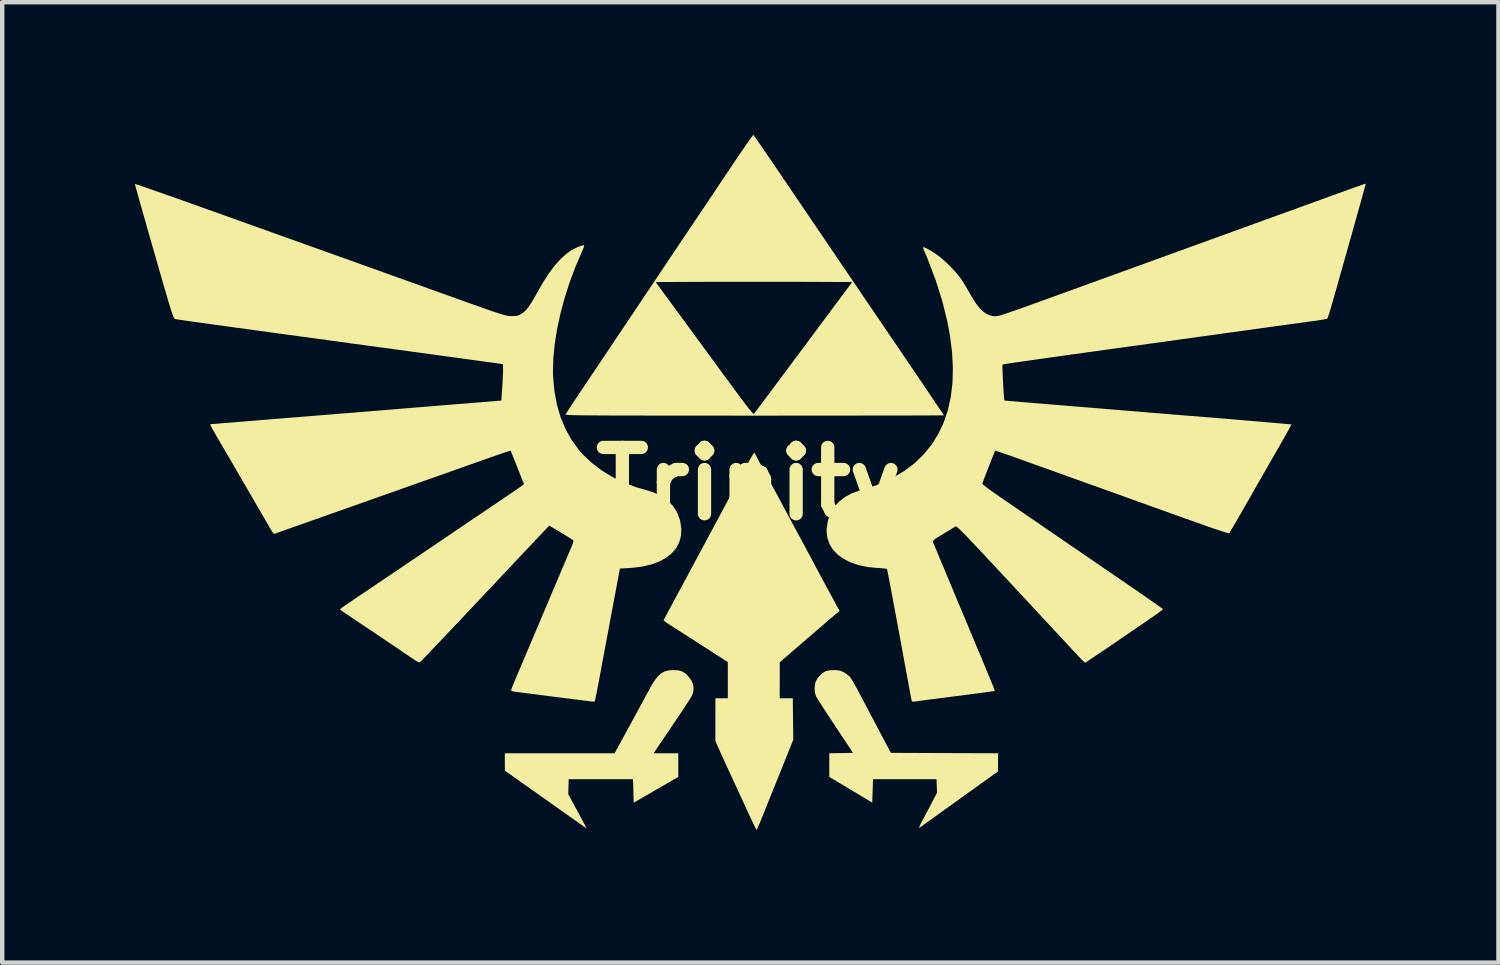
<source format=kicad_pcb>
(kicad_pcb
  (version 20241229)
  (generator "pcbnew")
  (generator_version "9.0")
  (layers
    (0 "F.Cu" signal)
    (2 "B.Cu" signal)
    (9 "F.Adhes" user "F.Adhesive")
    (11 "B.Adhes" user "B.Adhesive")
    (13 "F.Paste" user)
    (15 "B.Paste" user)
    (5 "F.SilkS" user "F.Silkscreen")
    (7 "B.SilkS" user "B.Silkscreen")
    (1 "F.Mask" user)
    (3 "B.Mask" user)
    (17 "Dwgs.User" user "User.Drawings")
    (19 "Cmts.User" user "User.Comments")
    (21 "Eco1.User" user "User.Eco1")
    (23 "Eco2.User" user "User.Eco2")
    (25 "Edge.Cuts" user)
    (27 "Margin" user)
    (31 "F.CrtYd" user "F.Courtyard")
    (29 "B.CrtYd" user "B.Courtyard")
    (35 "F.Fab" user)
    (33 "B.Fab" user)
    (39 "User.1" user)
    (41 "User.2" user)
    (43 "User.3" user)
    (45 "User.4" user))
  (footprint "Trinity"
    (layer "F.Cu")
    (at 13.876 7.886)
    (property "Reference" "Trinity" (at 0 0 0) (layer "F.SilkS") (effects (font (size 1.5 1.5) (thickness 0.3))))
    (attr board_only exclude_from_pos_files exclude_from_bom)
    (fp_poly (pts (xy -1.602 4.217) (xy -1.521 4.236) (xy -1.453 4.272) (xy -1.387 4.33) (xy -1.369 4.35) (xy -1.297 4.443) (xy -1.257 4.535) (xy -1.247 4.63) (xy -1.256 4.703) (xy -1.261 4.723) (xy -1.266 4.742) (xy -1.274 4.763) (xy -1.285 4.788) (xy -1.302 4.819) (xy -1.325 4.859) (xy -1.356 4.91) (xy -1.398 4.973) (xy -1.45 5.053) (xy -1.514 5.15) (xy -1.593 5.267) (xy -1.687 5.406) (xy -1.797 5.57) (xy -1.917 5.746) (xy -2.151 6.092) (xy -1.872 6.092) (xy -1.593 6.092) (xy -1.593 6.36) (xy -1.593 6.627) (xy -1.781 6.736) (xy -1.858 6.78) (xy -1.956 6.837) (xy -2.067 6.901) (xy -2.181 6.967) (xy -2.284 7.027) (xy -2.6 7.21) (xy -2.608 6.944) (xy -2.617 6.678) (xy -3.343 6.678) (xy -4.07 6.678) (xy -4.075 6.847) (xy -4.08 7.017) (xy -3.871 7.403) (xy -3.814 7.509) (xy -3.764 7.603) (xy -3.722 7.682) (xy -3.69 7.743) (xy -3.671 7.78) (xy -3.667 7.79) (xy -3.682 7.78) (xy -3.722 7.752) (xy -3.783 7.709) (xy -3.863 7.653) (xy -3.957 7.587) (xy -4.063 7.512) (xy -4.116 7.474) (xy -4.252 7.378) (xy -4.407 7.268) (xy -4.572 7.151) (xy -4.739 7.033) (xy -4.898 6.92) (xy -5.037 6.822) (xy -5.513 6.486) (xy -5.514 6.289) (xy -5.514 6.092) (xy -4.273 6.092) (xy -3.032 6.092) (xy -2.786 5.641) (xy -2.697 5.478) (xy -2.623 5.341) (xy -2.561 5.228) (xy -2.509 5.132) (xy -2.465 5.051) (xy -2.427 4.98) (xy -2.392 4.916) (xy -2.359 4.854) (xy -2.324 4.789) (xy -2.286 4.719) (xy -2.262 4.674) (xy -2.183 4.534) (xy -2.111 4.423) (xy -2.042 4.34) (xy -1.972 4.28) (xy -1.897 4.241) (xy -1.814 4.219) (xy -1.719 4.212) (xy -1.707 4.212)) (stroke (width 0) (type solid)) (fill yes) (layer "F.SilkS"))
    (fp_poly (pts (xy 2.012 4.216) (xy 2.071 4.227) (xy 2.128 4.251) (xy 2.152 4.263) (xy 2.213 4.303) (xy 2.269 4.348) (xy 2.294 4.374) (xy 2.317 4.408) (xy 2.353 4.467) (xy 2.398 4.546) (xy 2.45 4.639) (xy 2.504 4.741) (xy 2.519 4.769) (xy 2.574 4.874) (xy 2.642 5.003) (xy 2.718 5.147) (xy 2.797 5.298) (xy 2.877 5.448) (xy 2.951 5.589) (xy 2.953 5.593) (xy 3.213 6.083) (xy 4.425 6.088) (xy 5.637 6.092) (xy 5.636 6.298) (xy 5.635 6.503) (xy 5.264 6.769) (xy 5.155 6.848) (xy 5.024 6.941) (xy 4.879 7.045) (xy 4.728 7.154) (xy 4.577 7.263) (xy 4.433 7.366) (xy 4.385 7.4) (xy 4.267 7.485) (xy 4.157 7.564) (xy 4.059 7.634) (xy 3.976 7.693) (xy 3.912 7.739) (xy 3.869 7.769) (xy 3.853 7.78) (xy 3.85 7.772) (xy 3.863 7.739) (xy 3.887 7.687) (xy 3.916 7.631) (xy 3.958 7.552) (xy 4.01 7.455) (xy 4.066 7.349) (xy 4.12 7.246) (xy 4.13 7.225) (xy 4.256 6.985) (xy 4.251 6.832) (xy 4.245 6.678) (xy 3.527 6.678) (xy 2.81 6.678) (xy 2.801 6.943) (xy 2.792 7.208) (xy 2.599 7.092) (xy 2.518 7.043) (xy 2.417 6.983) (xy 2.305 6.916) (xy 2.191 6.848) (xy 2.113 6.801) (xy 1.821 6.627) (xy 1.821 6.36) (xy 1.821 6.093) (xy 2.089 6.088) (xy 2.357 6.083) (xy 1.956 5.479) (xy 1.868 5.346) (xy 1.786 5.22) (xy 1.71 5.105) (xy 1.644 5.002) (xy 1.59 4.918) (xy 1.55 4.853) (xy 1.526 4.813) (xy 1.522 4.805) (xy 1.497 4.724) (xy 1.489 4.627) (xy 1.497 4.532) (xy 1.515 4.468) (xy 1.553 4.402) (xy 1.609 4.335) (xy 1.674 4.277) (xy 1.736 4.239) (xy 1.75 4.233) (xy 1.8 4.222) (xy 1.869 4.215) (xy 1.935 4.212)) (stroke (width 0) (type solid)) (fill yes) (layer "F.SilkS"))
    (fp_poly (pts (xy 0.138 -0.686) (xy 0.162 -0.641) (xy 0.195 -0.579) (xy 0.228 -0.516) (xy 0.268 -0.44) (xy 0.306 -0.37) (xy 0.336 -0.315) (xy 0.35 -0.289) (xy 0.371 -0.252) (xy 0.403 -0.193) (xy 0.441 -0.12) (xy 0.473 -0.061) (xy 0.513 0.015) (xy 0.551 0.085) (xy 0.581 0.14) (xy 0.595 0.166) (xy 0.614 0.199) (xy 0.645 0.256) (xy 0.686 0.332) (xy 0.733 0.419) (xy 0.77 0.49) (xy 0.854 0.647) (xy 0.924 0.778) (xy 0.983 0.889) (xy 1.036 0.986) (xy 1.084 1.074) (xy 1.085 1.077) (xy 1.101 1.105) (xy 1.118 1.136) (xy 1.137 1.171) (xy 1.16 1.214) (xy 1.19 1.269) (xy 1.227 1.339) (xy 1.275 1.428) (xy 1.333 1.538) (xy 1.406 1.673) (xy 1.471 1.794) (xy 1.53 1.906) (xy 1.588 2.014) (xy 1.641 2.112) (xy 1.686 2.195) (xy 1.719 2.256) (xy 1.729 2.276) (xy 1.768 2.348) (xy 1.809 2.423) (xy 1.838 2.477) (xy 1.868 2.532) (xy 1.908 2.606) (xy 1.951 2.685) (xy 1.969 2.719) (xy 2.053 2.874) (xy 2.007 2.912) (xy 1.985 2.931) (xy 1.939 2.97) (xy 1.872 3.027) (xy 1.787 3.1) (xy 1.687 3.186) (xy 1.574 3.283) (xy 1.452 3.388) (xy 1.331 3.492) (xy 0.701 4.035) (xy 0.701 4.442) (xy 0.7 4.849) (xy 0.848 4.849) (xy 0.996 4.849) (xy 1.001 5.317) (xy 1.007 5.785) (xy 0.677 6.608) (xy 0.585 6.836) (xy 0.506 7.033) (xy 0.438 7.202) (xy 0.38 7.345) (xy 0.332 7.465) (xy 0.292 7.562) (xy 0.261 7.641) (xy 0.236 7.702) (xy 0.216 7.747) (xy 0.202 7.78) (xy 0.192 7.802) (xy 0.186 7.815) (xy 0.181 7.822) (xy 0.178 7.824) (xy 0.177 7.825) (xy 0.167 7.81) (xy 0.145 7.767) (xy 0.112 7.7) (xy 0.071 7.614) (xy 0.023 7.513) (xy -0.025 7.409) (xy -0.081 7.288) (xy -0.135 7.169) (xy -0.186 7.059) (xy -0.23 6.964) (xy -0.264 6.89) (xy -0.281 6.853) (xy -0.378 6.643) (xy -0.462 6.461) (xy -0.533 6.308) (xy -0.591 6.179) (xy -0.639 6.074) (xy -0.677 5.989) (xy -0.706 5.923) (xy -0.728 5.874) (xy -0.742 5.839) (xy -0.75 5.816) (xy -0.753 5.803) (xy -0.753 5.803) (xy -0.754 5.777) (xy -0.755 5.72) (xy -0.755 5.639) (xy -0.755 5.538) (xy -0.755 5.422) (xy -0.755 5.308) (xy -0.753 4.849) (xy -0.613 4.849) (xy -0.473 4.849) (xy -0.473 4.44) (xy -0.473 4.031) (xy -1.072 3.646) (xy -1.208 3.558) (xy -1.34 3.474) (xy -1.463 3.395) (xy -1.573 3.324) (xy -1.668 3.264) (xy -1.742 3.216) (xy -1.791 3.185) (xy -1.799 3.18) (xy -1.856 3.142) (xy -1.9 3.112) (xy -1.923 3.094) (xy -1.926 3.091) (xy -1.917 3.073) (xy -1.895 3.028) (xy -1.859 2.96) (xy -1.812 2.871) (xy -1.755 2.766) (xy -1.692 2.648) (xy -1.637 2.547) (xy -1.616 2.508) (xy -1.581 2.442) (xy -1.533 2.354) (xy -1.476 2.247) (xy -1.41 2.125) (xy -1.34 1.993) (xy -1.265 1.855) (xy -1.252 1.829) (xy -1.177 1.691) (xy -1.107 1.559) (xy -1.041 1.437) (xy -0.984 1.33) (xy -0.936 1.241) (xy -0.9 1.174) (xy -0.878 1.134) (xy -0.875 1.129) (xy -0.853 1.088) (xy -0.818 1.023) (xy -0.772 0.937) (xy -0.719 0.838) (xy -0.661 0.731) (xy -0.631 0.674) (xy -0.57 0.561) (xy -0.511 0.451) (xy -0.456 0.348) (xy -0.409 0.261) (xy -0.373 0.196) (xy -0.362 0.175) (xy -0.334 0.122) (xy -0.292 0.044) (xy -0.24 -0.053) (xy -0.182 -0.161) (xy -0.12 -0.275) (xy -0.086 -0.339) (xy -0.03 -0.443) (xy 0.021 -0.535) (xy 0.065 -0.611) (xy 0.099 -0.667) (xy 0.12 -0.7) (xy 0.127 -0.706)) (stroke (width 0) (type solid)) (fill yes) (layer "F.SilkS"))
    (fp_poly (pts (xy 0.117 -7.87) (xy 0.147 -7.828) (xy 0.193 -7.763) (xy 0.253 -7.678) (xy 0.323 -7.575) (xy 0.404 -7.457) (xy 0.492 -7.328) (xy 0.574 -7.208) (xy 0.677 -7.056) (xy 0.782 -6.901) (xy 0.886 -6.748) (xy 0.986 -6.601) (xy 1.077 -6.466) (xy 1.158 -6.347) (xy 1.224 -6.25) (xy 1.248 -6.214) (xy 1.323 -6.104) (xy 1.401 -5.989) (xy 1.477 -5.877) (xy 1.545 -5.777) (xy 1.6 -5.696) (xy 1.605 -5.689) (xy 1.647 -5.626) (xy 1.707 -5.538) (xy 1.782 -5.427) (xy 1.87 -5.298) (xy 1.968 -5.154) (xy 2.074 -4.997) (xy 2.186 -4.833) (xy 2.301 -4.664) (xy 2.417 -4.493) (xy 2.531 -4.324) (xy 2.642 -4.16) (xy 2.747 -4.006) (xy 2.844 -3.864) (xy 2.93 -3.737) (xy 3.003 -3.63) (xy 3.06 -3.545) (xy 3.06 -3.545) (xy 3.226 -3.301) (xy 3.386 -3.066) (xy 3.538 -2.842) (xy 3.681 -2.631) (xy 3.815 -2.434) (xy 3.938 -2.252) (xy 4.049 -2.088) (xy 4.147 -1.942) (xy 4.232 -1.817) (xy 4.301 -1.713) (xy 4.355 -1.634) (xy 4.391 -1.579) (xy 4.409 -1.551) (xy 4.411 -1.547) (xy 4.394 -1.547) (xy 4.343 -1.546) (xy 4.26 -1.545) (xy 4.147 -1.545) (xy 4.005 -1.544) (xy 3.835 -1.544) (xy 3.639 -1.543) (xy 3.419 -1.543) (xy 3.175 -1.542) (xy 2.911 -1.542) (xy 2.626 -1.542) (xy 2.322 -1.541) (xy 2.002 -1.541) (xy 1.666 -1.541) (xy 1.316 -1.541) (xy 0.953 -1.541) (xy 0.579 -1.54) (xy 0.196 -1.54) (xy 0.129 -1.54) (xy -0.332 -1.54) (xy -0.76 -1.541) (xy -1.155 -1.541) (xy -1.519 -1.541) (xy -1.853 -1.541) (xy -2.158 -1.541) (xy -2.435 -1.542) (xy -2.686 -1.542) (xy -2.912 -1.543) (xy -3.115 -1.543) (xy -3.294 -1.544) (xy -3.453 -1.545) (xy -3.591 -1.546) (xy -3.71 -1.547) (xy -3.812 -1.548) (xy -3.898 -1.55) (xy -3.968 -1.551) (xy -4.025 -1.553) (xy -4.068 -1.555) (xy -4.101 -1.557) (xy -4.123 -1.559) (xy -4.137 -1.562) (xy -4.142 -1.565) (xy -4.143 -1.566) (xy -4.131 -1.586) (xy -4.102 -1.631) (xy -4.057 -1.699) (xy -3.999 -1.788) (xy -3.929 -1.894) (xy -3.849 -2.014) (xy -3.761 -2.145) (xy -3.671 -2.28) (xy -3.59 -2.401) (xy -3.491 -2.548) (xy -3.378 -2.716) (xy -3.253 -2.903) (xy -3.118 -3.104) (xy -2.976 -3.317) (xy -2.829 -3.536) (xy -2.68 -3.759) (xy -2.53 -3.983) (xy -2.383 -4.202) (xy -2.302 -4.324) (xy -2.166 -4.527) (xy -2.144 -4.56) (xy -2.104 -4.56) (xy -1.661 -3.955) (xy -1.565 -3.825) (xy -1.452 -3.671) (xy -1.327 -3.5) (xy -1.191 -3.315) (xy -1.05 -3.122) (xy -0.907 -2.927) (xy -0.765 -2.734) (xy -0.629 -2.548) (xy -0.561 -2.454) (xy -0.421 -2.265) (xy -0.301 -2.102) (xy -0.199 -1.964) (xy -0.114 -1.851) (xy -0.044 -1.759) (xy 0.011 -1.688) (xy 0.054 -1.637) (xy 0.084 -1.602) (xy 0.104 -1.584) (xy 0.115 -1.579) (xy 0.116 -1.58) (xy 0.13 -1.598) (xy 0.163 -1.641) (xy 0.213 -1.707) (xy 0.278 -1.794) (xy 0.356 -1.898) (xy 0.445 -2.017) (xy 0.543 -2.149) (xy 0.649 -2.291) (xy 0.729 -2.398) (xy 0.845 -2.554) (xy 0.96 -2.708) (xy 1.07 -2.856) (xy 1.174 -2.996) (xy 1.27 -3.124) (xy 1.353 -3.236) (xy 1.422 -3.329) (xy 1.474 -3.398) (xy 1.491 -3.422) (xy 1.546 -3.495) (xy 1.617 -3.591) (xy 1.7 -3.702) (xy 1.791 -3.824) (xy 1.885 -3.951) (xy 1.978 -4.076) (xy 2 -4.105) (xy 2.339 -4.56) (xy 1.231 -4.565) (xy 0.991 -4.565) (xy 0.725 -4.566) (xy 0.441 -4.566) (xy 0.147 -4.566) (xy -0.147 -4.566) (xy -0.434 -4.566) (xy -0.705 -4.566) (xy -0.95 -4.565) (xy -0.991 -4.565) (xy -2.104 -4.56) (xy -2.144 -4.56) (xy -2.032 -4.727) (xy -1.903 -4.92) (xy -1.779 -5.105) (xy -1.662 -5.279) (xy -1.555 -5.439) (xy -1.459 -5.583) (xy -1.375 -5.708) (xy -1.305 -5.812) (xy -1.252 -5.891) (xy -1.217 -5.943) (xy -1.173 -6.008) (xy -1.112 -6.098) (xy -1.037 -6.21) (xy -0.95 -6.339) (xy -0.854 -6.483) (xy -0.751 -6.637) (xy -0.643 -6.798) (xy -0.534 -6.962) (xy -0.475 -7.051) (xy -0.372 -7.204) (xy -0.274 -7.349) (xy -0.184 -7.481) (xy -0.103 -7.6) (xy -0.033 -7.701) (xy 0.025 -7.783) (xy 0.068 -7.842) (xy 0.095 -7.878) (xy 0.104 -7.886)) (stroke (width 0) (type solid)) (fill yes) (layer "F.SilkS"))
    (fp_poly (pts (xy -13.86 -6.773) (xy -13.812 -6.758) (xy -13.737 -6.732) (xy -13.634 -6.697) (xy -13.508 -6.654) (xy -13.36 -6.602) (xy -13.193 -6.543) (xy -13.007 -6.478) (xy -12.807 -6.407) (xy -12.594 -6.331) (xy -12.37 -6.251) (xy -12.236 -6.203) (xy -11.982 -6.112) (xy -11.721 -6.019) (xy -11.457 -5.924) (xy -11.193 -5.83) (xy -10.933 -5.737) (xy -10.683 -5.647) (xy -10.445 -5.562) (xy -10.225 -5.484) (xy -10.026 -5.412) (xy -9.852 -5.35) (xy -9.724 -5.305) (xy -9.577 -5.252) (xy -9.401 -5.189) (xy -9.2 -5.117) (xy -8.978 -5.038) (xy -8.74 -4.952) (xy -8.488 -4.862) (xy -8.228 -4.769) (xy -7.962 -4.673) (xy -7.696 -4.578) (xy -7.433 -4.484) (xy -7.178 -4.392) (xy -7.177 -4.392) (xy -6.906 -4.294) (xy -6.665 -4.208) (xy -6.454 -4.132) (xy -6.269 -4.066) (xy -6.109 -4.01) (xy -5.971 -3.961) (xy -5.855 -3.92) (xy -5.757 -3.887) (xy -5.675 -3.86) (xy -5.608 -3.838) (xy -5.553 -3.822) (xy -5.509 -3.81) (xy -5.473 -3.801) (xy -5.444 -3.796) (xy -5.418 -3.793) (xy -5.395 -3.791) (xy -5.372 -3.791) (xy -5.364 -3.791) (xy -5.289 -3.792) (xy -5.237 -3.797) (xy -5.195 -3.811) (xy -5.15 -3.835) (xy -5.137 -3.843) (xy -5.085 -3.88) (xy -5.035 -3.927) (xy -4.984 -3.988) (xy -4.93 -4.067) (xy -4.868 -4.169) (xy -4.795 -4.298) (xy -4.786 -4.315) (xy -4.649 -4.554) (xy -4.515 -4.761) (xy -4.384 -4.936) (xy -4.253 -5.081) (xy -4.122 -5.199) (xy -4.027 -5.267) (xy -3.964 -5.304) (xy -3.895 -5.338) (xy -3.828 -5.366) (xy -3.771 -5.385) (xy -3.732 -5.392) (xy -3.719 -5.388) (xy -3.722 -5.369) (xy -3.737 -5.326) (xy -3.761 -5.268) (xy -3.773 -5.241) (xy -3.92 -4.898) (xy -4.051 -4.548) (xy -4.164 -4.195) (xy -4.257 -3.844) (xy -4.332 -3.499) (xy -4.385 -3.165) (xy -4.417 -2.846) (xy -4.426 -2.546) (xy -4.423 -2.433) (xy -4.394 -2.102) (xy -4.337 -1.792) (xy -4.253 -1.503) (xy -4.141 -1.235) (xy -4.002 -0.987) (xy -3.834 -0.759) (xy -3.745 -0.659) (xy -3.55 -0.474) (xy -3.328 -0.304) (xy -3.083 -0.154) (xy -2.823 -0.026) (xy -2.55 0.076) (xy -2.359 0.131) (xy -2.154 0.195) (xy -1.977 0.279) (xy -1.829 0.383) (xy -1.709 0.506) (xy -1.619 0.65) (xy -1.557 0.812) (xy -1.549 0.844) (xy -1.524 1.015) (xy -1.531 1.173) (xy -1.57 1.319) (xy -1.638 1.451) (xy -1.736 1.568) (xy -1.862 1.669) (xy -2.015 1.754) (xy -2.195 1.822) (xy -2.4 1.871) (xy -2.629 1.9) (xy -2.703 1.905) (xy -2.912 1.917) (xy -3.075 2.783) (xy -3.112 2.982) (xy -3.152 3.194) (xy -3.192 3.412) (xy -3.233 3.629) (xy -3.272 3.837) (xy -3.308 4.03) (xy -3.339 4.199) (xy -3.354 4.28) (xy -3.381 4.424) (xy -3.406 4.557) (xy -3.429 4.675) (xy -3.449 4.774) (xy -3.465 4.85) (xy -3.476 4.9) (xy -3.482 4.919) (xy -3.482 4.92) (xy -3.505 4.924) (xy -3.545 4.923) (xy -3.575 4.919) (xy -3.635 4.911) (xy -3.722 4.901) (xy -3.831 4.887) (xy -3.957 4.871) (xy -4.097 4.853) (xy -4.245 4.834) (xy -4.399 4.815) (xy -4.554 4.795) (xy -4.705 4.776) (xy -4.848 4.757) (xy -4.979 4.741) (xy -5.093 4.726) (xy -5.187 4.714) (xy -5.256 4.705) (xy -5.296 4.7) (xy -5.3 4.699) (xy -5.345 4.689) (xy -5.371 4.675) (xy -5.374 4.669) (xy -5.367 4.648) (xy -5.349 4.6) (xy -5.32 4.529) (xy -5.284 4.439) (xy -5.241 4.337) (xy -5.21 4.264) (xy -5.174 4.18) (xy -5.127 4.069) (xy -5.069 3.933) (xy -5.003 3.776) (xy -4.929 3.603) (xy -4.85 3.416) (xy -4.767 3.22) (xy -4.682 3.019) (xy -4.596 2.816) (xy -4.56 2.731) (xy -4.478 2.537) (xy -4.399 2.349) (xy -4.323 2.171) (xy -4.253 2.005) (xy -4.189 1.854) (xy -4.132 1.721) (xy -4.085 1.61) (xy -4.048 1.523) (xy -4.022 1.463) (xy -4.012 1.439) (xy -3.982 1.363) (xy -3.966 1.309) (xy -3.965 1.28) (xy -3.966 1.278) (xy -3.986 1.264) (xy -4.031 1.236) (xy -4.095 1.195) (xy -4.174 1.147) (xy -4.245 1.104) (xy -4.508 0.946) (xy -4.563 1.002) (xy -4.582 1.022) (xy -4.624 1.066) (xy -4.686 1.132) (xy -4.768 1.219) (xy -4.867 1.324) (xy -4.983 1.446) (xy -5.113 1.584) (xy -5.256 1.736) (xy -5.41 1.9) (xy -5.575 2.074) (xy -5.747 2.258) (xy -5.927 2.448) (xy -6.012 2.538) (xy -6.193 2.731) (xy -6.368 2.916) (xy -6.535 3.093) (xy -6.692 3.259) (xy -6.838 3.414) (xy -6.972 3.555) (xy -7.092 3.681) (xy -7.196 3.791) (xy -7.283 3.882) (xy -7.351 3.953) (xy -7.399 4.003) (xy -7.426 4.03) (xy -7.43 4.034) (xy -7.452 4.037) (xy -7.49 4.022) (xy -7.547 3.988) (xy -7.583 3.963) (xy -7.621 3.937) (xy -7.683 3.895) (xy -7.768 3.838) (xy -7.87 3.768) (xy -7.987 3.689) (xy -8.115 3.603) (xy -8.25 3.512) (xy -8.388 3.419) (xy -8.526 3.326) (xy -8.661 3.236) (xy -8.788 3.151) (xy -8.903 3.073) (xy -9.004 3.005) (xy -9.086 2.95) (xy -9.147 2.91) (xy -9.177 2.89) (xy -9.216 2.862) (xy -9.24 2.842) (xy -9.242 2.837) (xy -9.228 2.825) (xy -9.188 2.796) (xy -9.125 2.752) (xy -9.043 2.695) (xy -8.944 2.628) (xy -8.831 2.551) (xy -8.709 2.469) (xy -8.686 2.454) (xy -8.477 2.313) (xy -8.276 2.177) (xy -8.078 2.044) (xy -7.879 1.91) (xy -7.672 1.77) (xy -7.451 1.62) (xy -7.211 1.458) (xy -7.02 1.329) (xy -6.701 1.113) (xy -6.384 0.898) (xy -6.076 0.69) (xy -5.784 0.493) (xy -5.531 0.322) (xy -5.429 0.253) (xy -5.334 0.188) (xy -5.252 0.132) (xy -5.187 0.087) (xy -5.142 0.055) (xy -5.126 0.044) (xy -5.081 0.009) (xy -5.23 -0.368) (xy -5.273 -0.475) (xy -5.311 -0.571) (xy -5.343 -0.651) (xy -5.367 -0.71) (xy -5.381 -0.744) (xy -5.384 -0.75) (xy -5.401 -0.745) (xy -5.448 -0.73) (xy -5.521 -0.706) (xy -5.617 -0.673) (xy -5.734 -0.632) (xy -5.867 -0.586) (xy -6.014 -0.534) (xy -6.165 -0.481) (xy -6.624 -0.318) (xy -7.053 -0.166) (xy -7.454 -0.025) (xy -7.828 0.108) (xy -8.178 0.232) (xy -8.507 0.348) (xy -8.817 0.458) (xy -9.109 0.561) (xy -9.386 0.659) (xy -9.651 0.753) (xy -9.777 0.797) (xy -9.949 0.858) (xy -10.112 0.916) (xy -10.261 0.969) (xy -10.396 1.016) (xy -10.511 1.057) (xy -10.605 1.09) (xy -10.673 1.114) (xy -10.714 1.129) (xy -10.724 1.133) (xy -10.742 1.122) (xy -10.77 1.088) (xy -10.802 1.038) (xy -10.829 0.991) (xy -10.869 0.921) (xy -10.92 0.833) (xy -10.977 0.735) (xy -11.037 0.633) (xy -11.043 0.621) (xy -11.112 0.503) (xy -11.189 0.371) (xy -11.265 0.239) (xy -11.336 0.117) (xy -11.383 0.037) (xy -11.446 -0.072) (xy -11.514 -0.189) (xy -11.581 -0.305) (xy -11.64 -0.406) (xy -11.662 -0.445) (xy -11.745 -0.587) (xy -11.827 -0.726) (xy -11.904 -0.859) (xy -11.975 -0.98) (xy -12.037 -1.087) (xy -12.088 -1.176) (xy -12.126 -1.241) (xy -12.144 -1.274) (xy -12.168 -1.32) (xy -12.172 -1.343) (xy -12.163 -1.348) (xy -12.148 -1.349) (xy -12.117 -1.351) (xy -12.067 -1.354) (xy -11.996 -1.36) (xy -11.901 -1.368) (xy -11.779 -1.378) (xy -11.628 -1.39) (xy -11.445 -1.405) (xy -11.405 -1.408) (xy -11.293 -1.418) (xy -11.165 -1.428) (xy -11.018 -1.44) (xy -10.849 -1.454) (xy -10.654 -1.47) (xy -10.43 -1.488) (xy -10.214 -1.505) (xy -10.062 -1.517) (xy -9.917 -1.529) (xy -9.784 -1.54) (xy -9.667 -1.549) (xy -9.571 -1.557) (xy -9.5 -1.563) (xy -9.462 -1.566) (xy -9.402 -1.571) (xy -9.319 -1.578) (xy -9.224 -1.586) (xy -9.129 -1.593) (xy -9.064 -1.598) (xy -8.995 -1.604) (xy -8.92 -1.61) (xy -8.836 -1.617) (xy -8.74 -1.624) (xy -8.629 -1.633) (xy -8.5 -1.644) (xy -8.35 -1.656) (xy -8.176 -1.67) (xy -7.976 -1.687) (xy -7.746 -1.706) (xy -7.527 -1.724) (xy -7.346 -1.738) (xy -7.156 -1.754) (xy -6.964 -1.77) (xy -6.777 -1.785) (xy -6.604 -1.799) (xy -6.45 -1.811) (xy -6.324 -1.821) (xy -6.319 -1.821) (xy -6.187 -1.832) (xy -6.059 -1.842) (xy -5.942 -1.852) (xy -5.842 -1.86) (xy -5.765 -1.866) (xy -5.724 -1.87) (xy -5.593 -1.882) (xy -5.571 -2.206) (xy -5.564 -2.315) (xy -5.559 -2.419) (xy -5.555 -2.51) (xy -5.553 -2.58) (xy -5.554 -2.617) (xy -5.558 -2.704) (xy -5.838 -2.743) (xy -5.914 -2.753) (xy -5.999 -2.765) (xy -6.095 -2.779) (xy -6.204 -2.794) (xy -6.327 -2.811) (xy -6.465 -2.829) (xy -6.619 -2.851) (xy -6.792 -2.874) (xy -6.984 -2.9) (xy -7.197 -2.93) (xy -7.432 -2.962) (xy -7.691 -2.997) (xy -7.975 -3.036) (xy -8.286 -3.078) (xy -8.625 -3.124) (xy -8.993 -3.174) (xy -9.392 -3.229) (xy -9.823 -3.288) (xy -10.162 -3.334) (xy -10.469 -3.376) (xy -10.768 -3.416) (xy -11.056 -3.456) (xy -11.33 -3.494) (xy -11.59 -3.529) (xy -11.834 -3.563) (xy -12.059 -3.594) (xy -12.264 -3.623) (xy -12.446 -3.648) (xy -12.605 -3.67) (xy -12.737 -3.689) (xy -12.841 -3.704) (xy -12.916 -3.715) (xy -12.959 -3.722) (xy -12.97 -3.724) (xy -12.977 -3.728) (xy -12.986 -3.736) (xy -12.995 -3.751) (xy -13.006 -3.775) (xy -13.02 -3.809) (xy -13.036 -3.856) (xy -13.057 -3.918) (xy -13.081 -3.997) (xy -13.111 -4.094) (xy -13.146 -4.212) (xy -13.187 -4.354) (xy -13.236 -4.52) (xy -13.291 -4.713) (xy -13.355 -4.936) (xy -13.428 -5.189) (xy -13.446 -5.252) (xy -13.51 -5.474) (xy -13.571 -5.688) (xy -13.628 -5.889) (xy -13.681 -6.075) (xy -13.729 -6.245) (xy -13.772 -6.396) (xy -13.808 -6.525) (xy -13.837 -6.63) (xy -13.859 -6.709) (xy -13.872 -6.759) (xy -13.876 -6.777) (xy -13.876 -6.777)) (stroke (width 0) (type solid)) (fill yes) (layer "F.SilkS"))
    (fp_poly (pts (xy 13.944 -6.767) (xy 13.931 -6.72) (xy 13.912 -6.646) (xy 13.885 -6.55) (xy 13.854 -6.435) (xy 13.817 -6.304) (xy 13.777 -6.161) (xy 13.767 -6.125) (xy 13.721 -5.961) (xy 13.673 -5.79) (xy 13.625 -5.619) (xy 13.579 -5.457) (xy 13.537 -5.309) (xy 13.502 -5.182) (xy 13.479 -5.103) (xy 13.408 -4.85) (xy 13.346 -4.629) (xy 13.292 -4.437) (xy 13.245 -4.274) (xy 13.206 -4.136) (xy 13.173 -4.022) (xy 13.146 -3.931) (xy 13.124 -3.859) (xy 13.107 -3.805) (xy 13.094 -3.767) (xy 13.085 -3.743) (xy 13.079 -3.731) (xy 13.077 -3.729) (xy 13.055 -3.724) (xy 13.004 -3.715) (xy 12.928 -3.703) (xy 12.832 -3.688) (xy 12.722 -3.673) (xy 12.643 -3.662) (xy 12.536 -3.647) (xy 12.399 -3.628) (xy 12.24 -3.607) (xy 12.065 -3.583) (xy 11.88 -3.557) (xy 11.691 -3.531) (xy 11.503 -3.505) (xy 11.413 -3.492) (xy 11.295 -3.476) (xy 11.145 -3.455) (xy 10.966 -3.43) (xy 10.761 -3.402) (xy 10.533 -3.37) (xy 10.285 -3.336) (xy 10.021 -3.299) (xy 9.742 -3.261) (xy 9.452 -3.22) (xy 9.154 -3.179) (xy 8.851 -3.137) (xy 8.545 -3.095) (xy 8.24 -3.053) (xy 8.175 -3.044) (xy 7.888 -3.004) (xy 7.61 -2.965) (xy 7.344 -2.928) (xy 7.091 -2.893) (xy 6.853 -2.859) (xy 6.633 -2.828) (xy 6.433 -2.8) (xy 6.254 -2.774) (xy 6.098 -2.752) (xy 5.967 -2.733) (xy 5.864 -2.717) (xy 5.79 -2.706) (xy 5.747 -2.699) (xy 5.737 -2.697) (xy 5.735 -2.678) (xy 5.735 -2.63) (xy 5.737 -2.559) (xy 5.741 -2.471) (xy 5.745 -2.372) (xy 5.751 -2.269) (xy 5.756 -2.166) (xy 5.762 -2.071) (xy 5.768 -1.99) (xy 5.773 -1.927) (xy 5.778 -1.89) (xy 5.78 -1.883) (xy 5.798 -1.88) (xy 5.848 -1.876) (xy 5.926 -1.869) (xy 6.029 -1.86) (xy 6.153 -1.849) (xy 6.297 -1.837) (xy 6.455 -1.824) (xy 6.626 -1.81) (xy 6.687 -1.805) (xy 6.894 -1.788) (xy 7.118 -1.77) (xy 7.35 -1.75) (xy 7.583 -1.731) (xy 7.81 -1.713) (xy 8.021 -1.695) (xy 8.21 -1.68) (xy 8.306 -1.672) (xy 8.498 -1.656) (xy 8.712 -1.638) (xy 8.936 -1.62) (xy 9.161 -1.601) (xy 9.378 -1.584) (xy 9.576 -1.567) (xy 9.689 -1.558) (xy 9.997 -1.533) (xy 10.293 -1.509) (xy 10.576 -1.486) (xy 10.843 -1.464) (xy 11.092 -1.443) (xy 11.323 -1.424) (xy 11.533 -1.406) (xy 11.72 -1.39) (xy 11.882 -1.376) (xy 12.019 -1.364) (xy 12.127 -1.354) (xy 12.206 -1.347) (xy 12.253 -1.342) (xy 12.267 -1.34) (xy 12.26 -1.324) (xy 12.238 -1.281) (xy 12.202 -1.216) (xy 12.155 -1.132) (xy 12.099 -1.032) (xy 12.036 -0.922) (xy 12.013 -0.882) (xy 11.949 -0.77) (xy 11.87 -0.633) (xy 11.781 -0.478) (xy 11.685 -0.309) (xy 11.584 -0.132) (xy 11.481 0.047) (xy 11.381 0.222) (xy 11.318 0.333) (xy 11.232 0.482) (xy 11.152 0.623) (xy 11.077 0.752) (xy 11.011 0.866) (xy 10.955 0.963) (xy 10.911 1.038) (xy 10.88 1.089) (xy 10.865 1.114) (xy 10.864 1.115) (xy 10.853 1.116) (xy 10.826 1.112) (xy 10.781 1.1) (xy 10.718 1.081) (xy 10.634 1.053) (xy 10.527 1.017) (xy 10.396 0.972) (xy 10.239 0.917) (xy 10.054 0.851) (xy 9.84 0.775) (xy 9.602 0.69) (xy 9.215 0.551) (xy 8.839 0.416) (xy 8.476 0.285) (xy 8.127 0.16) (xy 7.795 0.041) (xy 7.482 -0.071) (xy 7.188 -0.177) (xy 6.918 -0.274) (xy 6.671 -0.362) (xy 6.45 -0.441) (xy 6.258 -0.51) (xy 6.095 -0.569) (xy 6.015 -0.598) (xy 5.899 -0.639) (xy 5.793 -0.675) (xy 5.704 -0.706) (xy 5.634 -0.729) (xy 5.588 -0.743) (xy 5.571 -0.746) (xy 5.562 -0.727) (xy 5.543 -0.681) (xy 5.516 -0.614) (xy 5.483 -0.532) (xy 5.446 -0.44) (xy 5.409 -0.344) (xy 5.372 -0.249) (xy 5.339 -0.162) (xy 5.311 -0.089) (xy 5.291 -0.034) (xy 5.281 -0.004) (xy 5.281 -0.001) (xy 5.294 0.015) (xy 5.333 0.048) (xy 5.396 0.096) (xy 5.479 0.157) (xy 5.578 0.228) (xy 5.692 0.307) (xy 5.715 0.323) (xy 5.827 0.4) (xy 5.962 0.492) (xy 6.114 0.596) (xy 6.277 0.708) (xy 6.445 0.823) (xy 6.613 0.938) (xy 6.774 1.049) (xy 6.827 1.085) (xy 6.981 1.191) (xy 7.141 1.3) (xy 7.302 1.41) (xy 7.457 1.516) (xy 7.602 1.616) (xy 7.731 1.704) (xy 7.839 1.778) (xy 7.877 1.804) (xy 8.146 1.988) (xy 8.386 2.153) (xy 8.599 2.299) (xy 8.784 2.426) (xy 8.942 2.535) (xy 9.074 2.627) (xy 9.181 2.702) (xy 9.262 2.759) (xy 9.319 2.8) (xy 9.352 2.825) (xy 9.362 2.834) (xy 9.35 2.848) (xy 9.312 2.879) (xy 9.254 2.922) (xy 9.18 2.976) (xy 9.093 3.036) (xy 9.064 3.056) (xy 8.965 3.124) (xy 8.867 3.191) (xy 8.778 3.251) (xy 8.703 3.302) (xy 8.651 3.338) (xy 8.648 3.341) (xy 8.487 3.451) (xy 8.332 3.557) (xy 8.185 3.657) (xy 8.049 3.75) (xy 7.926 3.832) (xy 7.819 3.904) (xy 7.731 3.963) (xy 7.663 4.007) (xy 7.62 4.034) (xy 7.602 4.044) (xy 7.586 4.031) (xy 7.55 3.998) (xy 7.499 3.947) (xy 7.439 3.884) (xy 7.404 3.846) (xy 7.366 3.806) (xy 7.307 3.742) (xy 7.228 3.656) (xy 7.13 3.551) (xy 7.016 3.428) (xy 6.887 3.29) (xy 6.746 3.138) (xy 6.594 2.975) (xy 6.434 2.802) (xy 6.266 2.622) (xy 6.093 2.436) (xy 5.963 2.296) (xy 5.762 2.08) (xy 5.584 1.889) (xy 5.426 1.72) (xy 5.289 1.573) (xy 5.169 1.446) (xy 5.067 1.337) (xy 4.98 1.246) (xy 4.908 1.17) (xy 4.848 1.109) (xy 4.8 1.061) (xy 4.761 1.024) (xy 4.732 0.998) (xy 4.71 0.98) (xy 4.693 0.97) (xy 4.682 0.965) (xy 4.673 0.965) (xy 4.667 0.968) (xy 4.64 0.985) (xy 4.589 1.016) (xy 4.52 1.058) (xy 4.439 1.107) (xy 4.391 1.136) (xy 4.301 1.192) (xy 4.237 1.232) (xy 4.195 1.262) (xy 4.172 1.283) (xy 4.163 1.3) (xy 4.164 1.315) (xy 4.166 1.319) (xy 4.175 1.343) (xy 4.197 1.395) (xy 4.23 1.473) (xy 4.272 1.574) (xy 4.322 1.695) (xy 4.379 1.832) (xy 4.442 1.982) (xy 4.509 2.142) (xy 4.579 2.309) (xy 4.65 2.48) (xy 4.721 2.651) (xy 4.792 2.819) (xy 4.86 2.981) (xy 4.924 3.134) (xy 4.983 3.275) (xy 5.035 3.4) (xy 5.059 3.457) (xy 5.167 3.715) (xy 5.262 3.941) (xy 5.343 4.136) (xy 5.411 4.3) (xy 5.466 4.435) (xy 5.509 4.54) (xy 5.539 4.615) (xy 5.557 4.663) (xy 5.563 4.683) (xy 5.563 4.683) (xy 5.545 4.686) (xy 5.496 4.694) (xy 5.421 4.704) (xy 5.322 4.718) (xy 5.204 4.733) (xy 5.071 4.751) (xy 4.928 4.77) (xy 4.66 4.804) (xy 4.428 4.834) (xy 4.229 4.86) (xy 4.063 4.881) (xy 3.931 4.899) (xy 3.832 4.912) (xy 3.765 4.921) (xy 3.732 4.926) (xy 3.698 4.923) (xy 3.685 4.912) (xy 3.68 4.891) (xy 3.67 4.84) (xy 3.656 4.761) (xy 3.637 4.66) (xy 3.614 4.539) (xy 3.589 4.403) (xy 3.562 4.255) (xy 3.553 4.21) (xy 3.487 3.851) (xy 3.427 3.521) (xy 3.371 3.221) (xy 3.321 2.95) (xy 3.276 2.71) (xy 3.237 2.501) (xy 3.204 2.324) (xy 3.176 2.179) (xy 3.154 2.066) (xy 3.139 1.986) (xy 3.129 1.939) (xy 3.125 1.927) (xy 3.106 1.921) (xy 3.058 1.914) (xy 2.99 1.908) (xy 2.907 1.903) (xy 2.902 1.903) (xy 2.681 1.881) (xy 2.479 1.838) (xy 2.299 1.776) (xy 2.142 1.696) (xy 2.009 1.6) (xy 1.903 1.488) (xy 1.825 1.362) (xy 1.777 1.222) (xy 1.76 1.072) (xy 1.762 1.015) (xy 1.789 0.833) (xy 1.845 0.671) (xy 1.931 0.526) (xy 2.041 0.404) (xy 2.171 0.302) (xy 2.324 0.218) (xy 2.504 0.152) (xy 2.579 0.131) (xy 2.876 0.037) (xy 3.171 -0.091) (xy 3.255 -0.134) (xy 3.517 -0.29) (xy 3.751 -0.467) (xy 3.957 -0.666) (xy 4.135 -0.886) (xy 4.285 -1.126) (xy 4.408 -1.386) (xy 4.502 -1.666) (xy 4.568 -1.966) (xy 4.606 -2.285) (xy 4.615 -2.623) (xy 4.596 -2.98) (xy 4.548 -3.356) (xy 4.489 -3.669) (xy 4.374 -4.135) (xy 4.226 -4.603) (xy 4.046 -5.077) (xy 4.038 -5.095) (xy 4.003 -5.18) (xy 3.973 -5.253) (xy 3.951 -5.308) (xy 3.94 -5.34) (xy 3.939 -5.345) (xy 3.952 -5.349) (xy 3.99 -5.335) (xy 4.047 -5.307) (xy 4.119 -5.266) (xy 4.201 -5.215) (xy 4.217 -5.204) (xy 4.322 -5.127) (xy 4.436 -5.029) (xy 4.552 -4.918) (xy 4.661 -4.803) (xy 4.754 -4.692) (xy 4.809 -4.617) (xy 4.853 -4.548) (xy 4.907 -4.46) (xy 4.964 -4.363) (xy 5.018 -4.269) (xy 5.018 -4.268) (xy 5.11 -4.115) (xy 5.198 -3.995) (xy 5.283 -3.905) (xy 5.369 -3.842) (xy 5.452 -3.807) (xy 5.522 -3.79) (xy 5.58 -3.787) (xy 5.645 -3.796) (xy 5.648 -3.796) (xy 5.684 -3.806) (xy 5.749 -3.827) (xy 5.839 -3.857) (xy 5.95 -3.895) (xy 6.079 -3.939) (xy 6.221 -3.989) (xy 6.372 -4.044) (xy 6.472 -4.08) (xy 6.627 -4.136) (xy 6.809 -4.202) (xy 7.012 -4.275) (xy 7.23 -4.355) (xy 7.458 -4.437) (xy 7.69 -4.521) (xy 7.92 -4.605) (xy 8.141 -4.685) (xy 8.28 -4.735) (xy 8.5 -4.815) (xy 8.738 -4.902) (xy 8.988 -4.992) (xy 9.241 -5.084) (xy 9.492 -5.175) (xy 9.733 -5.262) (xy 9.958 -5.344) (xy 10.161 -5.417) (xy 10.249 -5.449) (xy 10.456 -5.524) (xy 10.687 -5.608) (xy 10.934 -5.698) (xy 11.19 -5.79) (xy 11.444 -5.883) (xy 11.69 -5.972) (xy 11.918 -6.055) (xy 12.061 -6.106) (xy 12.252 -6.175) (xy 12.448 -6.247) (xy 12.645 -6.318) (xy 12.836 -6.387) (xy 13.018 -6.453) (xy 13.183 -6.513) (xy 13.328 -6.566) (xy 13.445 -6.608) (xy 13.461 -6.614) (xy 13.584 -6.658) (xy 13.695 -6.698) (xy 13.791 -6.732) (xy 13.867 -6.759) (xy 13.92 -6.777) (xy 13.946 -6.784) (xy 13.947 -6.784)) (stroke (width 0) (type solid)) (fill yes) (layer "F.SilkS")))
  (gr_rect
    (start -3 -3)
    (end 30.824 18.711)
    (stroke (width 0.1) (type default))
    (fill no)
    (layer "Edge.Cuts")))
</source>
